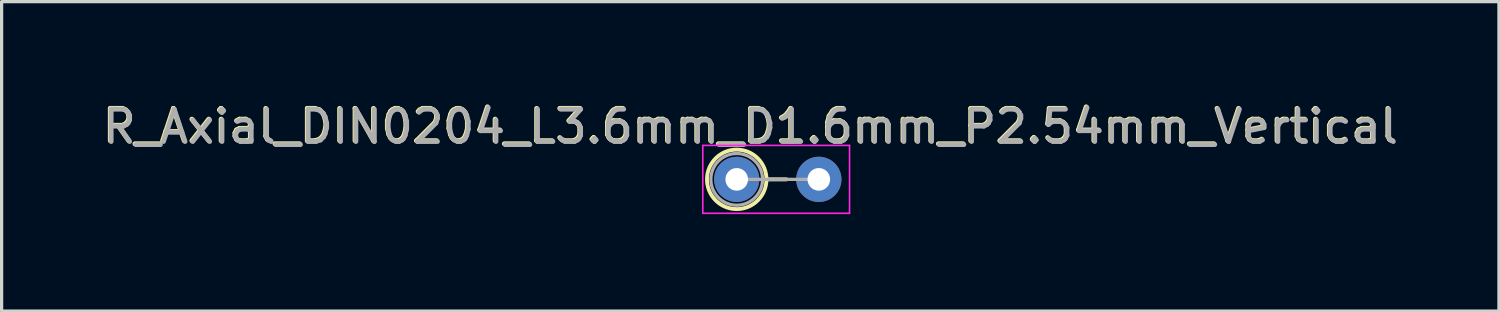
<source format=kicad_pcb>
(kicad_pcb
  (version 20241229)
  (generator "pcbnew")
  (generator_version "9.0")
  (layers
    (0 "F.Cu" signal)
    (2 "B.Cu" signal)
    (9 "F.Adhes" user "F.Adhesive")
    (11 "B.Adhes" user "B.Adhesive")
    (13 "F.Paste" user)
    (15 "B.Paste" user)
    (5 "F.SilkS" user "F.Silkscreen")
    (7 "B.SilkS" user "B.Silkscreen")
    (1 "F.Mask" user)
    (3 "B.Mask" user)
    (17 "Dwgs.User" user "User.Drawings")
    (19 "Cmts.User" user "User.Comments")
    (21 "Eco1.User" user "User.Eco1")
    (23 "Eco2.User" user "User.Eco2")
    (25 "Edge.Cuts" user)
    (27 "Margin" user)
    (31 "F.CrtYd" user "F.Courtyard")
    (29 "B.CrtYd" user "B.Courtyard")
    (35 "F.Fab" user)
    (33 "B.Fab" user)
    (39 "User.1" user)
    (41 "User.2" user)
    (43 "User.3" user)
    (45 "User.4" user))
  (footprint "R_Axial_DIN0204_L3.6mm_D1.6mm_P2.54mm_Vertical"
    (layer "F.Cu")
    (at 19.742 2.499)
    (property "Reference" "R_Axial_DIN0204_L3.6mm_D1.6mm_P2.54mm_Vertical" (at 0.406 -1.651 0) (layer "F.SilkS") (effects (font (size 1 1) (thickness 0.15))))
    (attr through_hole)
    (fp_line (start 0.92 0) (end 1.54 0) (stroke (width 0.12) (type solid)) (layer "F.SilkS"))
    (fp_circle (center 0 0) (end 0.92 0) (stroke (width 0.12) (type solid)) (fill no) (layer "F.SilkS"))
    (fp_line (start -1.05 -1.05) (end -1.05 1.05) (stroke (width 0.05) (type solid)) (layer "F.CrtYd"))
    (fp_line (start -1.05 1.05) (end 3.49 1.05) (stroke (width 0.05) (type solid)) (layer "F.CrtYd"))
    (fp_line (start 3.49 -1.05) (end -1.05 -1.05) (stroke (width 0.05) (type solid)) (layer "F.CrtYd"))
    (fp_line (start 3.49 1.05) (end 3.49 -1.05) (stroke (width 0.05) (type solid)) (layer "F.CrtYd"))
    (fp_line (start 0 0) (end 2.54 0) (stroke (width 0.1) (type solid)) (layer "F.Fab"))
    (fp_circle (center 0 0) (end 0.8 0) (stroke (width 0.1) (type solid)) (fill no) (layer "F.Fab"))
    (fp_text user "${REFERENCE}" (at 0.432 -1.626 0) (layer "F.Fab") (effects (font (size 1 1) (thickness 0.15))))
    (pad "1" thru_hole circle (at 0 0) (size 1.4 1.4) (drill 0.7) (layers "*.Cu" "*.Mask"))
    (pad "2" thru_hole oval (at 2.54 0) (size 1.4 1.4) (drill 0.7) (layers "*.Cu" "*.Mask")))
  (gr_rect
    (start -3 -3)
    (end 43.323 6.574)
    (stroke (width 0.1) (type default))
    (fill no)
    (layer "Edge.Cuts")))
</source>
